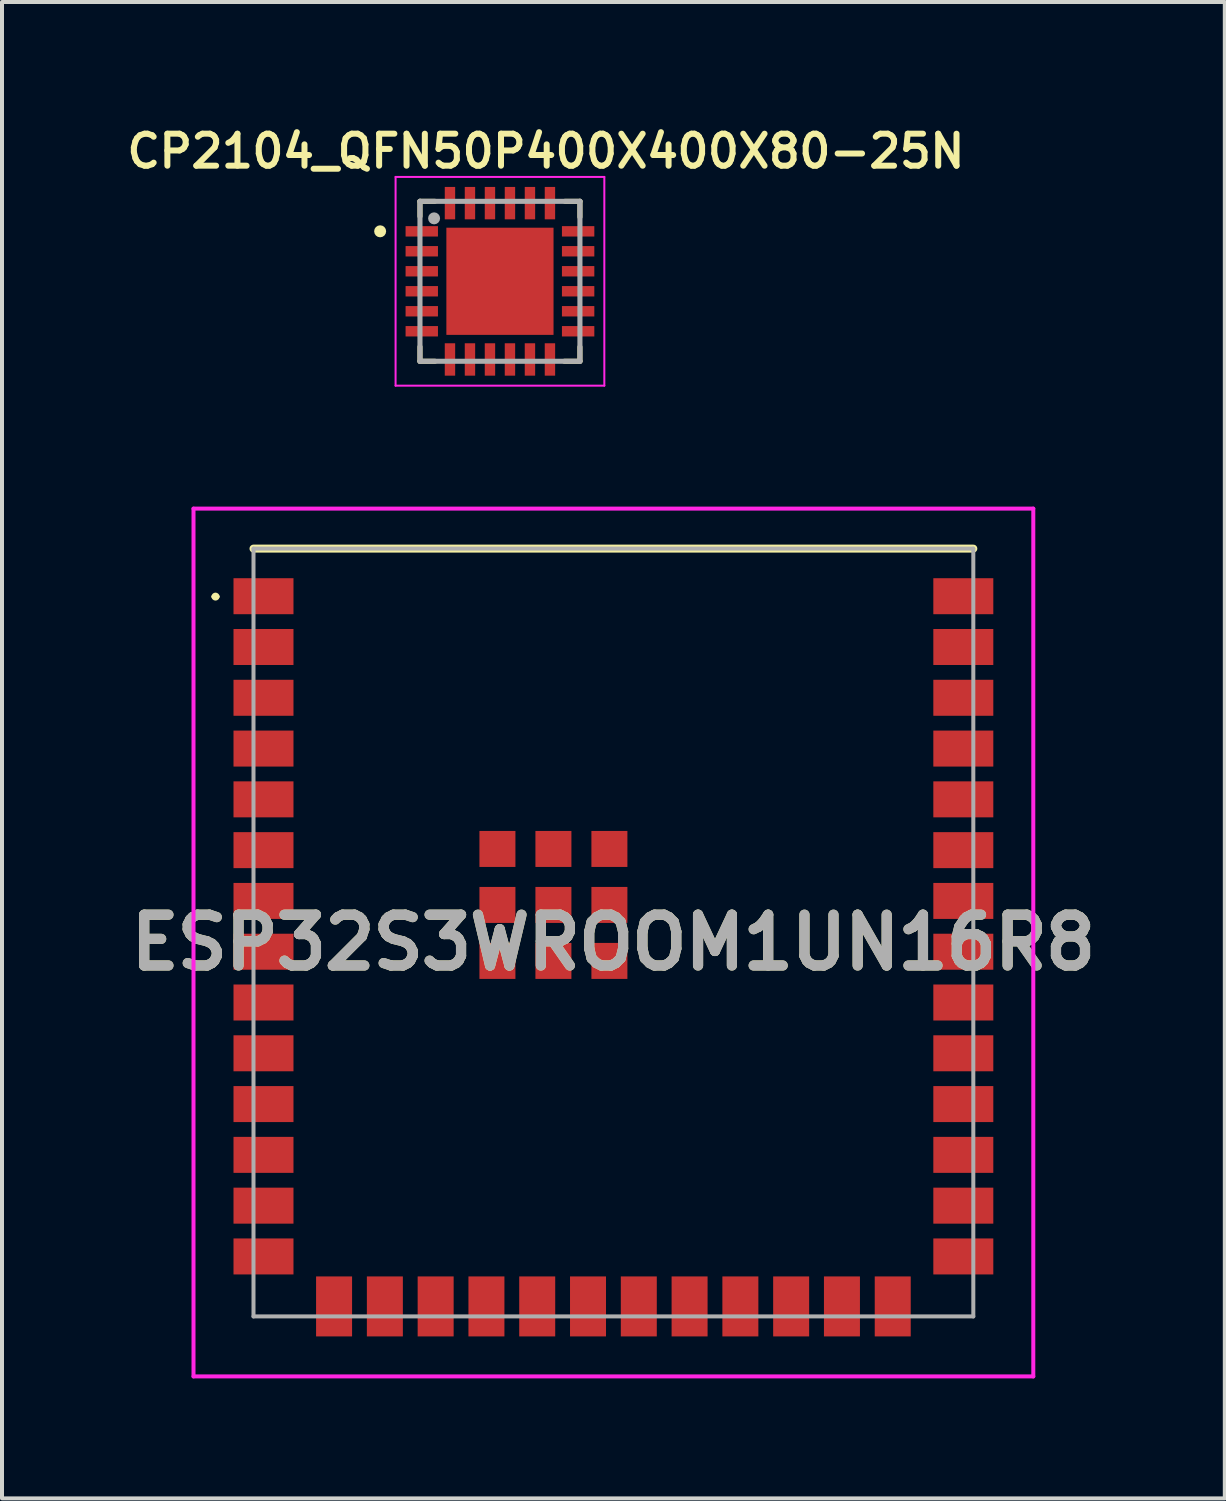
<source format=kicad_pcb>
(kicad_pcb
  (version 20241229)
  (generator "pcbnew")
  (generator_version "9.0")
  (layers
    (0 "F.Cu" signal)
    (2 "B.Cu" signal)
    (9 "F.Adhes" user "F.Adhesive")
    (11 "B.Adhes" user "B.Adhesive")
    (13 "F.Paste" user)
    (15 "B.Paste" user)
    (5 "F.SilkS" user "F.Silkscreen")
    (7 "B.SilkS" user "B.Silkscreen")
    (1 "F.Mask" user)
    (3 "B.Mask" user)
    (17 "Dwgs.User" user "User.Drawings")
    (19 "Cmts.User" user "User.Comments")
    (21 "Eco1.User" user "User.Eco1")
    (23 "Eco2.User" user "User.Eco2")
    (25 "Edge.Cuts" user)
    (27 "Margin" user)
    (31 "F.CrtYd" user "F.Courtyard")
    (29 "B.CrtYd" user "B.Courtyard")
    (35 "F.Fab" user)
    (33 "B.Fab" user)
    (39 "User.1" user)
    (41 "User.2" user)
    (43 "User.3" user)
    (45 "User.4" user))
  (footprint "CP2104_QFN50P400X400X80-25N"
    (layer "F.Cu")
    (at 9.452 3.984)
    (property "Reference" "CP2104_QFN50P400X400X80-25N" (at 1.15 -3.253 0) (layer "F.SilkS") (effects (font (size 0.8 0.8) (thickness 0.15))))
    (attr smd)
    (fp_poly (pts (xy -1.397 -1.397) (xy 1.397 -1.397) (xy 1.397 1.397) (xy -1.397 1.397)) (stroke (width 0.01) (type solid)) (fill yes) (layer "F.Mask"))
    (fp_line (start -2 -2) (end -2 -1.623) (stroke (width 0.127) (type solid)) (layer "F.SilkS"))
    (fp_line (start -2 2) (end -2 1.639) (stroke (width 0.127) (type solid)) (layer "F.SilkS"))
    (fp_line (start -2 2) (end -1.625 2) (stroke (width 0.127) (type solid)) (layer "F.SilkS"))
    (fp_line (start -1.63 -2) (end -2 -2) (stroke (width 0.127) (type solid)) (layer "F.SilkS"))
    (fp_line (start 2 -2) (end 1.628 -2) (stroke (width 0.127) (type solid)) (layer "F.SilkS"))
    (fp_line (start 2 -2) (end 2 -1.606) (stroke (width 0.127) (type solid)) (layer "F.SilkS"))
    (fp_line (start 2 2) (end 1.612 2) (stroke (width 0.127) (type solid)) (layer "F.SilkS"))
    (fp_line (start 2 2) (end 2 1.643) (stroke (width 0.127) (type solid)) (layer "F.SilkS"))
    (fp_circle (center -2.996 -1.25) (end -2.921 -1.25) (stroke (width 0.15) (type solid)) (fill no) (layer "F.SilkS"))
    (fp_poly (pts (xy -1.092 0.13) (xy -0.13 0.13) (xy -0.13 1.092) (xy -1.092 1.092)) (stroke (width 0.01) (type solid)) (fill yes) (layer "F.Paste"))
    (fp_poly (pts (xy -1.091 -1.09) (xy -0.13 -1.09) (xy -0.13 -0.13) (xy -1.091 -0.13)) (stroke (width 0.01) (type solid)) (fill yes) (layer "F.Paste"))
    (fp_poly (pts (xy 0.13 0.13) (xy 1.09 0.13) (xy 1.09 1.09) (xy 0.13 1.09)) (stroke (width 0.01) (type solid)) (fill yes) (layer "F.Paste"))
    (fp_poly (pts (xy 0.13 -1.09) (xy 1.09 -1.09) (xy 1.09 -0.13) (xy 0.13 -0.13)) (stroke (width 0.01) (type solid)) (fill yes) (layer "F.Paste"))
    (fp_line (start -2.61 -2.61) (end 2.61 -2.61) (stroke (width 0.05) (type solid)) (layer "F.CrtYd"))
    (fp_line (start -2.61 2.61) (end -2.61 -2.61) (stroke (width 0.05) (type solid)) (layer "F.CrtYd"))
    (fp_line (start 2.61 -2.61) (end 2.61 2.61) (stroke (width 0.05) (type solid)) (layer "F.CrtYd"))
    (fp_line (start 2.61 2.61) (end -2.61 2.61) (stroke (width 0.05) (type solid)) (layer "F.CrtYd"))
    (fp_line (start -2 -2) (end -2 2) (stroke (width 0.127) (type solid)) (layer "F.Fab"))
    (fp_line (start -2 2) (end 2 2) (stroke (width 0.127) (type solid)) (layer "F.Fab"))
    (fp_line (start 2 -2) (end -2 -2) (stroke (width 0.127) (type solid)) (layer "F.Fab"))
    (fp_line (start 2 2) (end 2 -2) (stroke (width 0.127) (type solid)) (layer "F.Fab"))
    (fp_circle (center -1.647 -1.574) (end -1.572 -1.574) (stroke (width 0.15) (type solid)) (fill no) (layer "F.Fab"))
    (pad "1" smd roundrect (at -1.955 -1.25) (size 0.81 0.26) (layers "F.Cu" "F.Mask" "F.Paste") (roundrect_rratio 0.01))
    (pad "2" smd roundrect (at -1.955 -0.75) (size 0.81 0.26) (layers "F.Cu" "F.Mask" "F.Paste") (roundrect_rratio 0.01))
    (pad "3" smd roundrect (at -1.955 -0.25) (size 0.81 0.26) (layers "F.Cu" "F.Mask" "F.Paste") (roundrect_rratio 0.01))
    (pad "4" smd roundrect (at -1.955 0.25) (size 0.81 0.26) (layers "F.Cu" "F.Mask" "F.Paste") (roundrect_rratio 0.01))
    (pad "5" smd roundrect (at -1.955 0.75) (size 0.81 0.26) (layers "F.Cu" "F.Mask" "F.Paste") (roundrect_rratio 0.01))
    (pad "6" smd roundrect (at -1.955 1.25) (size 0.81 0.26) (layers "F.Cu" "F.Mask" "F.Paste") (roundrect_rratio 0.01))
    (pad "7" smd roundrect (at -1.25 1.955 90) (size 0.81 0.26) (layers "F.Cu" "F.Mask" "F.Paste") (roundrect_rratio 0.01))
    (pad "8" smd roundrect (at -0.75 1.955 90) (size 0.81 0.26) (layers "F.Cu" "F.Mask" "F.Paste") (roundrect_rratio 0.01))
    (pad "9" smd roundrect (at -0.25 1.955 90) (size 0.81 0.26) (layers "F.Cu" "F.Mask" "F.Paste") (roundrect_rratio 0.01))
    (pad "10" smd roundrect (at 0.25 1.955 90) (size 0.81 0.26) (layers "F.Cu" "F.Mask" "F.Paste") (roundrect_rratio 0.01))
    (pad "11" smd roundrect (at 0.75 1.955 90) (size 0.81 0.26) (layers "F.Cu" "F.Mask" "F.Paste") (roundrect_rratio 0.01))
    (pad "12" smd roundrect (at 1.25 1.955 90) (size 0.81 0.26) (layers "F.Cu" "F.Mask" "F.Paste") (roundrect_rratio 0.01))
    (pad "13" smd roundrect (at 1.955 1.25) (size 0.81 0.26) (layers "F.Cu" "F.Mask" "F.Paste") (roundrect_rratio 0.01))
    (pad "14" smd roundrect (at 1.955 0.75) (size 0.81 0.26) (layers "F.Cu" "F.Mask" "F.Paste") (roundrect_rratio 0.01))
    (pad "15" smd roundrect (at 1.955 0.25) (size 0.81 0.26) (layers "F.Cu" "F.Mask" "F.Paste") (roundrect_rratio 0.01))
    (pad "16" smd roundrect (at 1.955 -0.25) (size 0.81 0.26) (layers "F.Cu" "F.Mask" "F.Paste") (roundrect_rratio 0.01))
    (pad "17" smd roundrect (at 1.955 -0.75) (size 0.81 0.26) (layers "F.Cu" "F.Mask" "F.Paste") (roundrect_rratio 0.01))
    (pad "18" smd roundrect (at 1.955 -1.25) (size 0.81 0.26) (layers "F.Cu" "F.Mask" "F.Paste") (roundrect_rratio 0.01))
    (pad "19" smd roundrect (at 1.25 -1.955 90) (size 0.81 0.26) (layers "F.Cu" "F.Mask" "F.Paste") (roundrect_rratio 0.01))
    (pad "20" smd roundrect (at 0.75 -1.955 90) (size 0.81 0.26) (layers "F.Cu" "F.Mask" "F.Paste") (roundrect_rratio 0.01))
    (pad "21" smd roundrect (at 0.25 -1.955 90) (size 0.81 0.26) (layers "F.Cu" "F.Mask" "F.Paste") (roundrect_rratio 0.01))
    (pad "22" smd roundrect (at -0.25 -1.955 90) (size 0.81 0.26) (layers "F.Cu" "F.Mask" "F.Paste") (roundrect_rratio 0.01))
    (pad "23" smd roundrect (at -0.75 -1.955 90) (size 0.81 0.26) (layers "F.Cu" "F.Mask" "F.Paste") (roundrect_rratio 0.01))
    (pad "24" smd roundrect (at -1.25 -1.955 90) (size 0.81 0.26) (layers "F.Cu" "F.Mask" "F.Paste") (roundrect_rratio 0.01))
    (pad "25" smd rect (at 0 0) (size 2.68 2.68) (layers "F.Cu" "F.Mask")))
  (footprint "ESP32S3WROOM1UN16R8"
    (layer "F.Cu")
    (at 12.289 20.269)
    (property "Reference" "ESP32S3WROOM1UN16R8" (at 0 0.25 0) (layer "F.SilkS") (effects (font (size 1.27 1.27) (thickness 0.254))))
    (attr smd)
    (fp_line (start -10 -8.4) (end -10 -8.4) (stroke (width 0.1) (type solid)) (layer "F.SilkS"))
    (fp_line (start -9.9 -8.4) (end -9.9 -8.4) (stroke (width 0.1) (type solid)) (layer "F.SilkS"))
    (fp_line (start -9 -9.6) (end 9 -9.6) (stroke (width 0.2) (type solid)) (layer "F.SilkS"))
    (fp_arc (start -10 -8.4) (mid -9.95 -8.45) (end -9.9 -8.4) (stroke (width 0.1) (type solid)) (layer "F.SilkS"))
    (fp_arc (start -9.9 -8.4) (mid -9.95 -8.35) (end -10 -8.4) (stroke (width 0.1) (type solid)) (layer "F.SilkS"))
    (fp_line (start -10.5 -10.6) (end 10.5 -10.6) (stroke (width 0.1) (type solid)) (layer "F.CrtYd"))
    (fp_line (start -10.5 11.1) (end -10.5 -10.6) (stroke (width 0.1) (type solid)) (layer "F.CrtYd"))
    (fp_line (start 10.5 -10.6) (end 10.5 11.1) (stroke (width 0.1) (type solid)) (layer "F.CrtYd"))
    (fp_line (start 10.5 11.1) (end -10.5 11.1) (stroke (width 0.1) (type solid)) (layer "F.CrtYd"))
    (fp_line (start -9 -9.6) (end 9 -9.6) (stroke (width 0.1) (type solid)) (layer "F.Fab"))
    (fp_line (start -9 9.6) (end -9 -9.6) (stroke (width 0.1) (type solid)) (layer "F.Fab"))
    (fp_line (start 9 -9.6) (end 9 9.6) (stroke (width 0.1) (type solid)) (layer "F.Fab"))
    (fp_line (start 9 9.6) (end -9 9.6) (stroke (width 0.1) (type solid)) (layer "F.Fab"))
    (fp_text user "${REFERENCE}" (at 0 0.25 0) (layer "F.Fab") (effects (font (size 1.27 1.27) (thickness 0.254))))
    (pad "1" smd rect (at -8.75 -8.41 90) (size 0.9 1.5) (layers "F.Cu" "F.Mask" "F.Paste"))
    (pad "2" smd rect (at -8.75 -7.14 90) (size 0.9 1.5) (layers "F.Cu" "F.Mask" "F.Paste"))
    (pad "3" smd rect (at -8.75 -5.87 90) (size 0.9 1.5) (layers "F.Cu" "F.Mask" "F.Paste"))
    (pad "4" smd rect (at -8.75 -4.6 90) (size 0.9 1.5) (layers "F.Cu" "F.Mask" "F.Paste"))
    (pad "5" smd rect (at -8.75 -3.33 90) (size 0.9 1.5) (layers "F.Cu" "F.Mask" "F.Paste"))
    (pad "6" smd rect (at -8.75 -2.06 90) (size 0.9 1.5) (layers "F.Cu" "F.Mask" "F.Paste"))
    (pad "7" smd rect (at -8.75 -0.79 90) (size 0.9 1.5) (layers "F.Cu" "F.Mask" "F.Paste"))
    (pad "8" smd rect (at -8.75 0.48 90) (size 0.9 1.5) (layers "F.Cu" "F.Mask" "F.Paste"))
    (pad "9" smd rect (at -8.75 1.75 90) (size 0.9 1.5) (layers "F.Cu" "F.Mask" "F.Paste"))
    (pad "10" smd rect (at -8.75 3.02 90) (size 0.9 1.5) (layers "F.Cu" "F.Mask" "F.Paste"))
    (pad "11" smd rect (at -8.75 4.29 90) (size 0.9 1.5) (layers "F.Cu" "F.Mask" "F.Paste"))
    (pad "12" smd rect (at -8.75 5.56 90) (size 0.9 1.5) (layers "F.Cu" "F.Mask" "F.Paste"))
    (pad "13" smd rect (at -8.75 6.83 90) (size 0.9 1.5) (layers "F.Cu" "F.Mask" "F.Paste"))
    (pad "14" smd rect (at -8.75 8.1 90) (size 0.9 1.5) (layers "F.Cu" "F.Mask" "F.Paste"))
    (pad "15" smd rect (at -6.985 9.35) (size 0.9 1.5) (layers "F.Cu" "F.Mask" "F.Paste"))
    (pad "16" smd rect (at -5.715 9.35) (size 0.9 1.5) (layers "F.Cu" "F.Mask" "F.Paste"))
    (pad "17" smd rect (at -4.445 9.35) (size 0.9 1.5) (layers "F.Cu" "F.Mask" "F.Paste"))
    (pad "18" smd rect (at -3.175 9.35) (size 0.9 1.5) (layers "F.Cu" "F.Mask" "F.Paste"))
    (pad "19" smd rect (at -1.905 9.35) (size 0.9 1.5) (layers "F.Cu" "F.Mask" "F.Paste"))
    (pad "20" smd rect (at -0.635 9.35) (size 0.9 1.5) (layers "F.Cu" "F.Mask" "F.Paste"))
    (pad "21" smd rect (at 0.635 9.35) (size 0.9 1.5) (layers "F.Cu" "F.Mask" "F.Paste"))
    (pad "22" smd rect (at 1.905 9.35) (size 0.9 1.5) (layers "F.Cu" "F.Mask" "F.Paste"))
    (pad "23" smd rect (at 3.175 9.35) (size 0.9 1.5) (layers "F.Cu" "F.Mask" "F.Paste"))
    (pad "24" smd rect (at 4.445 9.35) (size 0.9 1.5) (layers "F.Cu" "F.Mask" "F.Paste"))
    (pad "25" smd rect (at 5.715 9.35) (size 0.9 1.5) (layers "F.Cu" "F.Mask" "F.Paste"))
    (pad "26" smd rect (at 6.985 9.35) (size 0.9 1.5) (layers "F.Cu" "F.Mask" "F.Paste"))
    (pad "27" smd rect (at 8.75 8.1 90) (size 0.9 1.5) (layers "F.Cu" "F.Mask" "F.Paste"))
    (pad "28" smd rect (at 8.75 6.83 90) (size 0.9 1.5) (layers "F.Cu" "F.Mask" "F.Paste"))
    (pad "29" smd rect (at 8.75 5.56 90) (size 0.9 1.5) (layers "F.Cu" "F.Mask" "F.Paste"))
    (pad "30" smd rect (at 8.75 4.29 90) (size 0.9 1.5) (layers "F.Cu" "F.Mask" "F.Paste"))
    (pad "31" smd rect (at 8.75 3.02 90) (size 0.9 1.5) (layers "F.Cu" "F.Mask" "F.Paste"))
    (pad "32" smd rect (at 8.75 1.75 90) (size 0.9 1.5) (layers "F.Cu" "F.Mask" "F.Paste"))
    (pad "33" smd rect (at 8.75 0.48 90) (size 0.9 1.5) (layers "F.Cu" "F.Mask" "F.Paste"))
    (pad "34" smd rect (at 8.75 -0.79 90) (size 0.9 1.5) (layers "F.Cu" "F.Mask" "F.Paste"))
    (pad "35" smd rect (at 8.75 -2.06 90) (size 0.9 1.5) (layers "F.Cu" "F.Mask" "F.Paste"))
    (pad "36" smd rect (at 8.75 -3.33 90) (size 0.9 1.5) (layers "F.Cu" "F.Mask" "F.Paste"))
    (pad "37" smd rect (at 8.75 -4.6 90) (size 0.9 1.5) (layers "F.Cu" "F.Mask" "F.Paste"))
    (pad "38" smd rect (at 8.75 -5.87 90) (size 0.9 1.5) (layers "F.Cu" "F.Mask" "F.Paste"))
    (pad "39" smd rect (at 8.75 -7.14 90) (size 0.9 1.5) (layers "F.Cu" "F.Mask" "F.Paste"))
    (pad "40" smd rect (at 8.75 -8.41 90) (size 0.9 1.5) (layers "F.Cu" "F.Mask" "F.Paste"))
    (pad "41" smd rect (at -1.5 -0.69) (size 0.9 0.9) (layers "F.Cu" "F.Mask" "F.Paste"))
    (pad "42" smd rect (at -1.5 -2.09) (size 0.9 0.9) (layers "F.Cu" "F.Mask" "F.Paste"))
    (pad "43" smd rect (at -2.9 -2.09) (size 0.9 0.9) (layers "F.Cu" "F.Mask" "F.Paste"))
    (pad "44" smd rect (at -2.9 -0.69) (size 0.9 0.9) (layers "F.Cu" "F.Mask" "F.Paste"))
    (pad "45" smd rect (at -2.9 0.71) (size 0.9 0.9) (layers "F.Cu" "F.Mask" "F.Paste"))
    (pad "46" smd rect (at -1.5 0.71) (size 0.9 0.9) (layers "F.Cu" "F.Mask" "F.Paste"))
    (pad "47" smd rect (at -0.1 0.71) (size 0.9 0.9) (layers "F.Cu" "F.Mask" "F.Paste"))
    (pad "48" smd rect (at -0.1 -0.69) (size 0.9 0.9) (layers "F.Cu" "F.Mask" "F.Paste"))
    (pad "49" smd rect (at -0.1 -2.09) (size 0.9 0.9) (layers "F.Cu" "F.Mask" "F.Paste")))
  (gr_rect
    (start -3 -3)
    (end 27.578 34.419)
    (stroke (width 0.1) (type default))
    (fill no)
    (layer "Edge.Cuts")))
</source>
